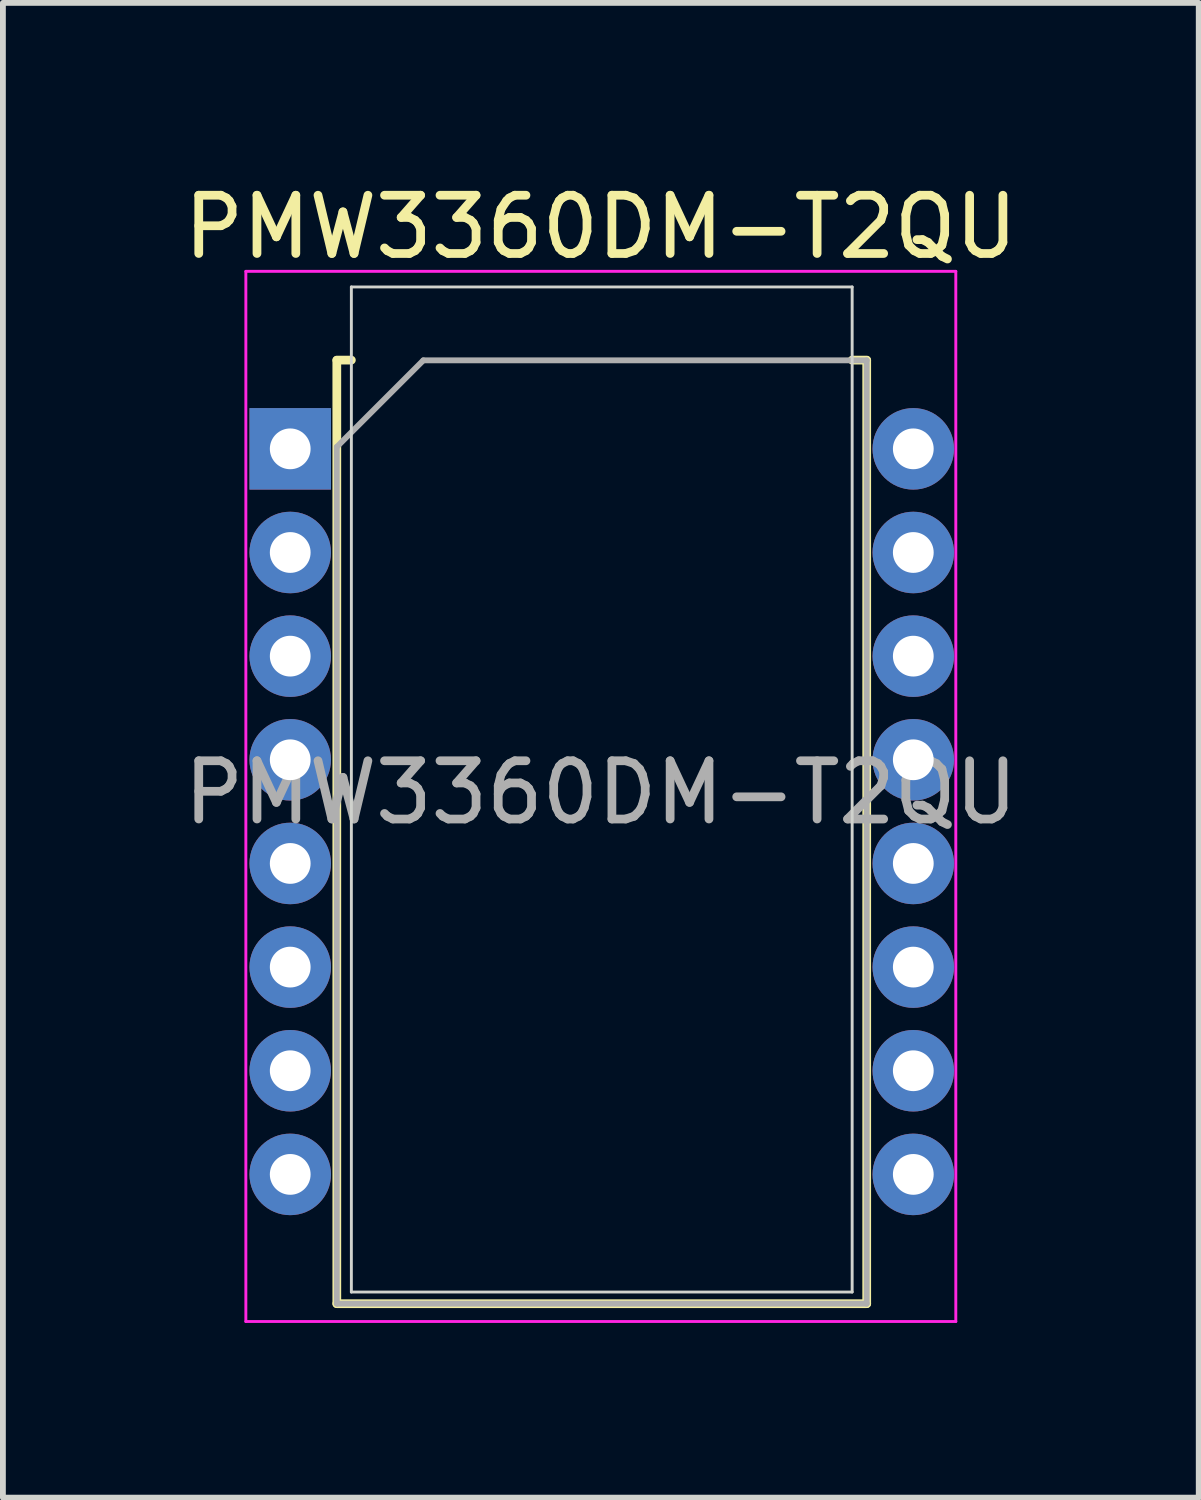
<source format=kicad_pcb>
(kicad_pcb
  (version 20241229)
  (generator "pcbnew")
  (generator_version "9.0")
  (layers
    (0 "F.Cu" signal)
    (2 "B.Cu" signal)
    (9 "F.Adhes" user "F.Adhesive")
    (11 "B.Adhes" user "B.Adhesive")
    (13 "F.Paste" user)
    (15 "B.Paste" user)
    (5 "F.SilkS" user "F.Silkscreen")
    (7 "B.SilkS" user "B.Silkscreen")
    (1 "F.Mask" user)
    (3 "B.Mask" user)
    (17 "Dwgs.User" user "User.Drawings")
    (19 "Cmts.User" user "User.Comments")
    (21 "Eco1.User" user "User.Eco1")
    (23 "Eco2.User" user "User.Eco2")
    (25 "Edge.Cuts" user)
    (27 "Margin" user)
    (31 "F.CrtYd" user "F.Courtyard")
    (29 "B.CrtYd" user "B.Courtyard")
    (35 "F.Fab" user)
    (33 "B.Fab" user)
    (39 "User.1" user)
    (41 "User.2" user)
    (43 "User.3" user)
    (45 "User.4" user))
  (footprint "PMW3360DM-T2QU"
    (layer "F.Cu")
    (at 1.172 1.61)
    (property "Reference" "PMW3360DM-T2QU" (at 6.096 -0.762 180) (layer "F.SilkS") (effects (font (size 1 1) (thickness 0.15))))
    (attr through_hole)
    (fp_line (start 1.562 1.524) (end 1.812 1.524) (stroke (width 0.15) (type solid)) (layer "F.SilkS"))
    (fp_line (start 1.562 17.728) (end 1.562 1.528) (stroke (width 0.15) (type solid)) (layer "F.SilkS"))
    (fp_line (start 10.412 1.524) (end 10.662 1.524) (stroke (width 0.15) (type solid)) (layer "F.SilkS"))
    (fp_line (start 10.662 1.528) (end 10.662 17.728) (stroke (width 0.15) (type solid)) (layer "F.SilkS"))
    (fp_line (start 10.662 17.728) (end 1.562 17.728) (stroke (width 0.15) (type solid)) (layer "F.SilkS"))
    (fp_line (start 1.812 0.268) (end 1.812 17.528) (stroke (width 0.05) (type solid)) (layer "Eco1.User"))
    (fp_line (start 10.412 0.268) (end 1.812 0.268) (stroke (width 0.05) (type solid)) (layer "Eco1.User"))
    (fp_line (start 10.412 0.268) (end 10.412 17.528) (stroke (width 0.05) (type solid)) (layer "Eco1.User"))
    (fp_line (start 10.412 17.528) (end 1.812 17.528) (stroke (width 0.05) (type solid)) (layer "Eco1.User"))
    (fp_line (start 1.812 0.268) (end 1.812 17.528) (stroke (width 0.05) (type solid)) (layer "Edge.Cuts"))
    (fp_line (start 10.412 0.268) (end 1.812 0.268) (stroke (width 0.05) (type solid)) (layer "Edge.Cuts"))
    (fp_line (start 10.412 0.268) (end 10.412 17.528) (stroke (width 0.05) (type solid)) (layer "Edge.Cuts"))
    (fp_line (start 10.412 17.528) (end 1.812 17.528) (stroke (width 0.05) (type solid)) (layer "Edge.Cuts"))
    (fp_line (start 0 0) (end 12.192 0) (stroke (width 0.05) (type solid)) (layer "F.CrtYd"))
    (fp_line (start 0 18.034) (end 0 0) (stroke (width 0.05) (type solid)) (layer "F.CrtYd"))
    (fp_line (start 12.192 0) (end 12.192 18.034) (stroke (width 0.05) (type solid)) (layer "F.CrtYd"))
    (fp_line (start 12.192 18.034) (end 0 18.034) (stroke (width 0.05) (type solid)) (layer "F.CrtYd"))
    (fp_line (start 1.562 3.014) (end 1.562 17.728) (stroke (width 0.1) (type solid)) (layer "F.Fab"))
    (fp_line (start 3.048 1.528) (end 1.562 3.014) (stroke (width 0.1) (type solid)) (layer "F.Fab"))
    (fp_line (start 10.662 1.528) (end 3.048 1.528) (stroke (width 0.1) (type solid)) (layer "F.Fab"))
    (fp_line (start 10.662 1.528) (end 10.662 17.728) (stroke (width 0.1) (type solid)) (layer "F.Fab"))
    (fp_line (start 10.662 17.728) (end 1.562 17.728) (stroke (width 0.1) (type solid)) (layer "F.Fab"))
    (fp_text user "${REFERENCE}" (at 6.096 8.95 180) (layer "F.Fab") (effects (font (size 1 1) (thickness 0.15))))
    (pad "1" thru_hole rect (at 0.762 3.048 180) (size 1.4 1.4) (drill 0.7) (layers "*.Cu" "*.Mask"))
    (pad "2" thru_hole circle (at 0.762 4.828 180) (size 1.4 1.4) (drill 0.7) (layers "*.Cu" "*.Mask"))
    (pad "3" thru_hole circle (at 0.762 6.608 180) (size 1.4 1.4) (drill 0.7) (layers "*.Cu" "*.Mask"))
    (pad "4" thru_hole circle (at 0.762 8.388 180) (size 1.4 1.4) (drill 0.7) (layers "*.Cu" "*.Mask"))
    (pad "5" thru_hole circle (at 0.762 10.168 180) (size 1.4 1.4) (drill 0.7) (layers "*.Cu" "*.Mask"))
    (pad "6" thru_hole circle (at 0.762 11.948 180) (size 1.4 1.4) (drill 0.7) (layers "*.Cu" "*.Mask"))
    (pad "7" thru_hole circle (at 0.762 13.728 180) (size 1.4 1.4) (drill 0.7) (layers "*.Cu" "*.Mask"))
    (pad "8" thru_hole circle (at 0.762 15.508 180) (size 1.4 1.4) (drill 0.7) (layers "*.Cu" "*.Mask"))
    (pad "9" thru_hole circle (at 11.462 15.508 180) (size 1.4 1.4) (drill 0.7) (layers "*.Cu" "*.Mask"))
    (pad "10" thru_hole circle (at 11.462 13.728 180) (size 1.4 1.4) (drill 0.7) (layers "*.Cu" "*.Mask"))
    (pad "11" thru_hole circle (at 11.462 11.948 180) (size 1.4 1.4) (drill 0.7) (layers "*.Cu" "*.Mask"))
    (pad "12" thru_hole circle (at 11.462 10.168 180) (size 1.4 1.4) (drill 0.7) (layers "*.Cu" "*.Mask"))
    (pad "13" thru_hole circle (at 11.462 8.388 180) (size 1.4 1.4) (drill 0.7) (layers "*.Cu" "*.Mask"))
    (pad "14" thru_hole circle (at 11.462 6.608 180) (size 1.4 1.4) (drill 0.7) (layers "*.Cu" "*.Mask"))
    (pad "15" thru_hole circle (at 11.462 4.828 180) (size 1.4 1.4) (drill 0.7) (layers "*.Cu" "*.Mask"))
    (pad "16" thru_hole circle (at 11.462 3.048 180) (size 1.4 1.4) (drill 0.7) (layers "*.Cu" "*.Mask")))
  (gr_rect
    (start -3 -3)
    (end 17.536 22.669)
    (stroke (width 0.1) (type default))
    (fill no)
    (layer "Edge.Cuts")))
</source>
